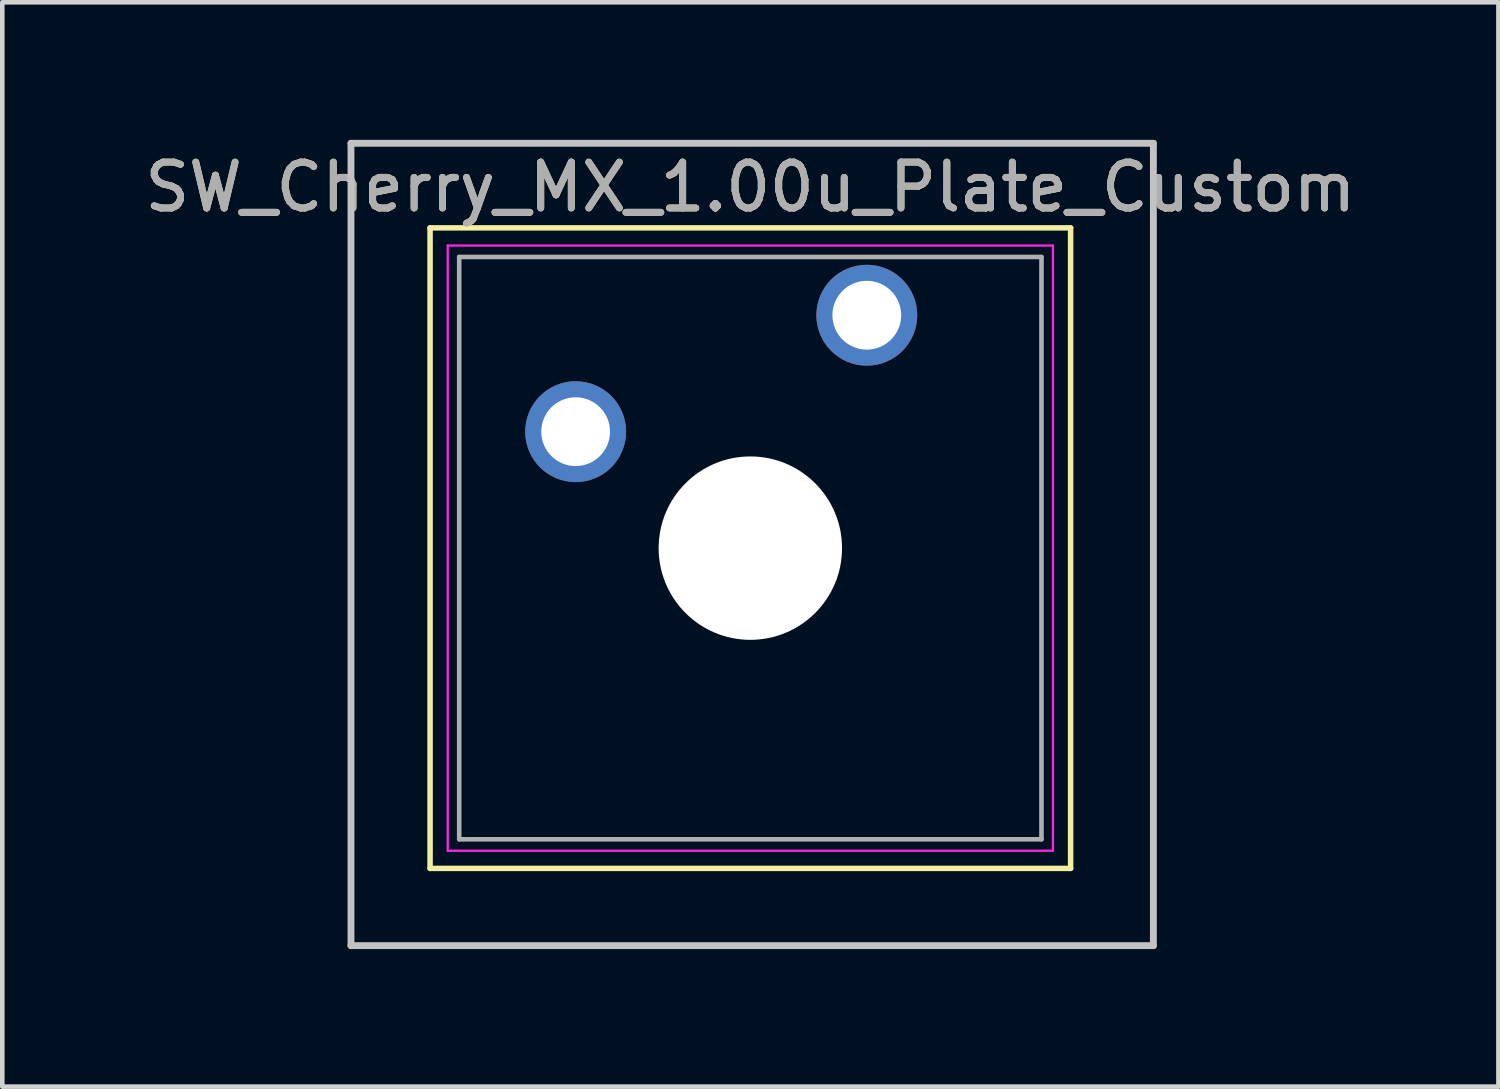
<source format=kicad_pcb>
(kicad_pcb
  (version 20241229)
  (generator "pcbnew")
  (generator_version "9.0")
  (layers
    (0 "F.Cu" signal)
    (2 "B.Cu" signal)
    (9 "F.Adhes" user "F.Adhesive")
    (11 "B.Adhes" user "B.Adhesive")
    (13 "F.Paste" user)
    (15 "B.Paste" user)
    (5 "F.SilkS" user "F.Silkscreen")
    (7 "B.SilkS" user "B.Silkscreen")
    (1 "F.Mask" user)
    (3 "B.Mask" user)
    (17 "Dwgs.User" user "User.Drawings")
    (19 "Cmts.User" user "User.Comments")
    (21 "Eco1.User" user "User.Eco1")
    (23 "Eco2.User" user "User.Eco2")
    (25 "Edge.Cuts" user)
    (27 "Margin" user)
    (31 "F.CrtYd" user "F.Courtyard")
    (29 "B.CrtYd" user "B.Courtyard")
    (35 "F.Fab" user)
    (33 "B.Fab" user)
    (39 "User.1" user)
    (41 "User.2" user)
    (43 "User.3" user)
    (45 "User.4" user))
  (footprint "SW_Cherry_MX_1.00u_Plate_Custom"
    (layer "F.Cu")
    (at 15.855 3.825)
    (property "Reference" "SW_Cherry_MX_1.00u_Plate_Custom" (at -2.54 -2.794 0) (layer "F.SilkS") (effects (font (size 1 1) (thickness 0.15))))
    (attr through_hole)
    (fp_line (start -9.525 -1.905) (end 4.445 -1.905) (stroke (width 0.12) (type solid)) (layer "F.SilkS"))
    (fp_line (start -9.525 12.065) (end -9.525 -1.905) (stroke (width 0.12) (type solid)) (layer "F.SilkS"))
    (fp_line (start 4.445 -1.905) (end 4.445 12.065) (stroke (width 0.12) (type solid)) (layer "F.SilkS"))
    (fp_line (start 4.445 12.065) (end -9.525 12.065) (stroke (width 0.12) (type solid)) (layer "F.SilkS"))
    (fp_line (start -11.25 -3.75) (end 6.25 -3.75) (stroke (width 0.15) (type solid)) (layer "Dwgs.User"))
    (fp_line (start -11.25 13.75) (end -11.25 -3.75) (stroke (width 0.15) (type solid)) (layer "Dwgs.User"))
    (fp_line (start 6.25 -3.75) (end 6.25 13.75) (stroke (width 0.15) (type solid)) (layer "Dwgs.User"))
    (fp_line (start 6.25 13.75) (end -11.25 13.75) (stroke (width 0.15) (type solid)) (layer "Dwgs.User"))
    (fp_line (start -9.14 -1.52) (end 4.06 -1.52) (stroke (width 0.05) (type solid)) (layer "F.CrtYd"))
    (fp_line (start -9.14 11.68) (end -9.14 -1.52) (stroke (width 0.05) (type solid)) (layer "F.CrtYd"))
    (fp_line (start 4.06 -1.52) (end 4.06 11.68) (stroke (width 0.05) (type solid)) (layer "F.CrtYd"))
    (fp_line (start 4.06 11.68) (end -9.14 11.68) (stroke (width 0.05) (type solid)) (layer "F.CrtYd"))
    (fp_line (start -8.89 -1.27) (end 3.81 -1.27) (stroke (width 0.1) (type solid)) (layer "F.Fab"))
    (fp_line (start -8.89 11.43) (end -8.89 -1.27) (stroke (width 0.1) (type solid)) (layer "F.Fab"))
    (fp_line (start 3.81 -1.27) (end 3.81 11.43) (stroke (width 0.1) (type solid)) (layer "F.Fab"))
    (fp_line (start 3.81 11.43) (end -8.89 11.43) (stroke (width 0.1) (type solid)) (layer "F.Fab"))
    (fp_text user "${REFERENCE}" (at -2.54 -2.794 0) (layer "F.Fab") (effects (font (size 1 1) (thickness 0.15))))
    (pad "" np_thru_hole circle (at -2.54 5.08) (size 4 4) (drill 4) (layers "*.Cu" "*.Mask"))
    (pad "1" thru_hole circle (at 0 0) (size 2.2 2.2) (drill 1.5) (layers "*.Cu" "*.Mask"))
    (pad "2" thru_hole circle (at -6.35 2.54) (size 2.2 2.2) (drill 1.5) (layers "*.Cu" "*.Mask")))
  (gr_rect
    (start -3 -3)
    (end 29.631 20.65)
    (stroke (width 0.1) (type default))
    (fill no)
    (layer "Edge.Cuts")))
</source>
